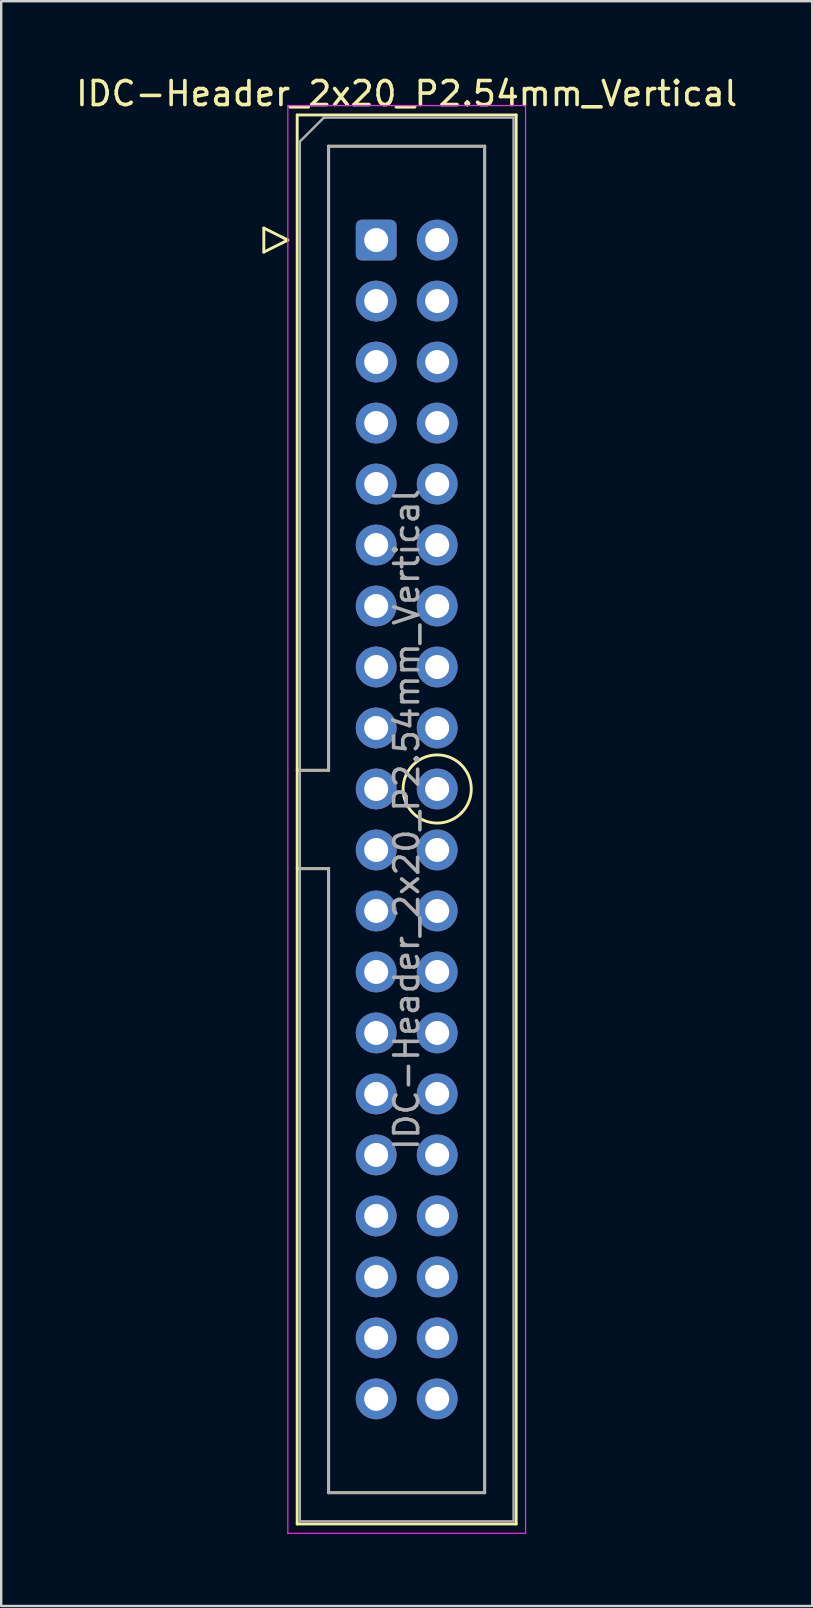
<source format=kicad_pcb>
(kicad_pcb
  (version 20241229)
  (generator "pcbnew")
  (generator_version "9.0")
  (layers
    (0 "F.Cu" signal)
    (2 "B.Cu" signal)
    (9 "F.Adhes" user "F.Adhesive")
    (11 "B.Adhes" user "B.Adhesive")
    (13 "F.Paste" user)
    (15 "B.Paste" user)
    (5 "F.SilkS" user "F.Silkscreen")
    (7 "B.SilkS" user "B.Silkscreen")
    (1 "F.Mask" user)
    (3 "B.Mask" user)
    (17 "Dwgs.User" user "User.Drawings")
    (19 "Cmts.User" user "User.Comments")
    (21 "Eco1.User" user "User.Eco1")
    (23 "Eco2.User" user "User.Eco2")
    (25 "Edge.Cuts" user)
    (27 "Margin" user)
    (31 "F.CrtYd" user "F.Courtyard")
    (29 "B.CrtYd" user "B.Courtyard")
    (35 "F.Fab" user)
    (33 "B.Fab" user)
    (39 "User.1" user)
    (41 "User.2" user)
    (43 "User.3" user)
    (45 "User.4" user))
  (footprint "IDC-Header_2x20_P2.54mm_Vertical"
    (layer "F.Cu")
    (at 12.617 6.948)
    (property "Reference" "IDC-Header_2x20_P2.54mm_Vertical" (at 1.27 -6.1 0) (layer "F.SilkS") (effects (font (size 1 1) (thickness 0.15))))
    (attr through_hole)
    (fp_line (start -4.68 -0.5) (end -4.68 0.5) (stroke (width 0.12) (type solid)) (layer "F.SilkS"))
    (fp_line (start -4.68 0.5) (end -3.68 0) (stroke (width 0.12) (type solid)) (layer "F.SilkS"))
    (fp_line (start -3.68 0) (end -4.68 -0.5) (stroke (width 0.12) (type solid)) (layer "F.SilkS"))
    (fp_line (start -3.29 -5.21) (end 5.83 -5.21) (stroke (width 0.12) (type solid)) (layer "F.SilkS"))
    (fp_line (start -3.29 22.08) (end -1.98 22.08) (stroke (width 0.12) (type solid)) (layer "F.SilkS"))
    (fp_line (start -3.29 53.47) (end -3.29 -5.21) (stroke (width 0.12) (type solid)) (layer "F.SilkS"))
    (fp_line (start -1.98 -3.91) (end 4.52 -3.91) (stroke (width 0.12) (type solid)) (layer "F.SilkS"))
    (fp_line (start -1.98 22.08) (end -1.98 -3.91) (stroke (width 0.12) (type solid)) (layer "F.SilkS"))
    (fp_line (start -1.98 26.18) (end -3.29 26.18) (stroke (width 0.12) (type solid)) (layer "F.SilkS"))
    (fp_line (start -1.98 26.18) (end -1.98 26.18) (stroke (width 0.12) (type solid)) (layer "F.SilkS"))
    (fp_line (start -1.98 52.17) (end -1.98 26.18) (stroke (width 0.12) (type solid)) (layer "F.SilkS"))
    (fp_line (start 4.52 -3.91) (end 4.52 52.17) (stroke (width 0.12) (type solid)) (layer "F.SilkS"))
    (fp_line (start 4.52 52.17) (end -1.98 52.17) (stroke (width 0.12) (type solid)) (layer "F.SilkS"))
    (fp_line (start 5.83 -5.21) (end 5.83 53.47) (stroke (width 0.12) (type solid)) (layer "F.SilkS"))
    (fp_line (start 5.83 53.47) (end -3.29 53.47) (stroke (width 0.12) (type solid)) (layer "F.SilkS"))
    (fp_circle (center 2.54 22.86) (end 3.81 22.225) (stroke (width 0.12) (type solid)) (fill no) (layer "F.SilkS"))
    (fp_line (start -3.68 -5.6) (end -3.68 53.86) (stroke (width 0.05) (type solid)) (layer "F.CrtYd"))
    (fp_line (start -3.68 53.86) (end 6.22 53.86) (stroke (width 0.05) (type solid)) (layer "F.CrtYd"))
    (fp_line (start 6.22 -5.6) (end -3.68 -5.6) (stroke (width 0.05) (type solid)) (layer "F.CrtYd"))
    (fp_line (start 6.22 53.86) (end 6.22 -5.6) (stroke (width 0.05) (type solid)) (layer "F.CrtYd"))
    (fp_line (start -3.18 -4.1) (end -2.18 -5.1) (stroke (width 0.1) (type solid)) (layer "F.Fab"))
    (fp_line (start -3.18 22.08) (end -1.98 22.08) (stroke (width 0.1) (type solid)) (layer "F.Fab"))
    (fp_line (start -3.18 53.36) (end -3.18 -4.1) (stroke (width 0.1) (type solid)) (layer "F.Fab"))
    (fp_line (start -2.18 -5.1) (end 5.72 -5.1) (stroke (width 0.1) (type solid)) (layer "F.Fab"))
    (fp_line (start -1.98 -3.91) (end 4.52 -3.91) (stroke (width 0.1) (type solid)) (layer "F.Fab"))
    (fp_line (start -1.98 22.08) (end -1.98 -3.91) (stroke (width 0.1) (type solid)) (layer "F.Fab"))
    (fp_line (start -1.98 26.18) (end -3.18 26.18) (stroke (width 0.1) (type solid)) (layer "F.Fab"))
    (fp_line (start -1.98 26.18) (end -1.98 26.18) (stroke (width 0.1) (type solid)) (layer "F.Fab"))
    (fp_line (start -1.98 52.17) (end -1.98 26.18) (stroke (width 0.1) (type solid)) (layer "F.Fab"))
    (fp_line (start 4.52 -3.91) (end 4.52 52.17) (stroke (width 0.1) (type solid)) (layer "F.Fab"))
    (fp_line (start 4.52 52.17) (end -1.98 52.17) (stroke (width 0.1) (type solid)) (layer "F.Fab"))
    (fp_line (start 5.72 -5.1) (end 5.72 53.36) (stroke (width 0.1) (type solid)) (layer "F.Fab"))
    (fp_line (start 5.72 53.36) (end -3.18 53.36) (stroke (width 0.1) (type solid)) (layer "F.Fab"))
    (fp_text user "${REFERENCE}" (at 1.27 24.13 90) (layer "F.Fab") (effects (font (size 1 1) (thickness 0.15))))
    (pad "1" thru_hole roundrect (at 0 0) (size 1.7 1.7) (drill 1) (layers "*.Cu" "*.Mask") (roundrect_rratio 0.147))
    (pad "2" thru_hole circle (at 2.54 0) (size 1.7 1.7) (drill 1) (layers "*.Cu" "*.Mask"))
    (pad "3" thru_hole circle (at 0 2.54) (size 1.7 1.7) (drill 1) (layers "*.Cu" "*.Mask"))
    (pad "4" thru_hole circle (at 2.54 2.54) (size 1.7 1.7) (drill 1) (layers "*.Cu" "*.Mask"))
    (pad "5" thru_hole circle (at 0 5.08) (size 1.7 1.7) (drill 1) (layers "*.Cu" "*.Mask"))
    (pad "6" thru_hole circle (at 2.54 5.08) (size 1.7 1.7) (drill 1) (layers "*.Cu" "*.Mask"))
    (pad "7" thru_hole circle (at 0 7.62) (size 1.7 1.7) (drill 1) (layers "*.Cu" "*.Mask"))
    (pad "8" thru_hole circle (at 2.54 7.62) (size 1.7 1.7) (drill 1) (layers "*.Cu" "*.Mask"))
    (pad "9" thru_hole circle (at 0 10.16) (size 1.7 1.7) (drill 1) (layers "*.Cu" "*.Mask"))
    (pad "10" thru_hole circle (at 2.54 10.16) (size 1.7 1.7) (drill 1) (layers "*.Cu" "*.Mask"))
    (pad "11" thru_hole circle (at 0 12.7) (size 1.7 1.7) (drill 1) (layers "*.Cu" "*.Mask"))
    (pad "12" thru_hole circle (at 2.54 12.7) (size 1.7 1.7) (drill 1) (layers "*.Cu" "*.Mask"))
    (pad "13" thru_hole circle (at 0 15.24) (size 1.7 1.7) (drill 1) (layers "*.Cu" "*.Mask"))
    (pad "14" thru_hole circle (at 2.54 15.24) (size 1.7 1.7) (drill 1) (layers "*.Cu" "*.Mask"))
    (pad "15" thru_hole circle (at 0 17.78) (size 1.7 1.7) (drill 1) (layers "*.Cu" "*.Mask"))
    (pad "16" thru_hole circle (at 2.54 17.78) (size 1.7 1.7) (drill 1) (layers "*.Cu" "*.Mask"))
    (pad "17" thru_hole circle (at 0 20.32) (size 1.7 1.7) (drill 1) (layers "*.Cu" "*.Mask"))
    (pad "18" thru_hole circle (at 2.54 20.32) (size 1.7 1.7) (drill 1) (layers "*.Cu" "*.Mask"))
    (pad "19" thru_hole circle (at 0 22.86) (size 1.7 1.7) (drill 1) (layers "*.Cu" "*.Mask"))
    (pad "20" thru_hole circle (at 2.54 22.86) (size 1.7 1.7) (drill 1) (layers "*.Cu" "*.Mask"))
    (pad "21" thru_hole circle (at 0 25.4) (size 1.7 1.7) (drill 1) (layers "*.Cu" "*.Mask"))
    (pad "22" thru_hole circle (at 2.54 25.4) (size 1.7 1.7) (drill 1) (layers "*.Cu" "*.Mask"))
    (pad "23" thru_hole circle (at 0 27.94) (size 1.7 1.7) (drill 1) (layers "*.Cu" "*.Mask"))
    (pad "24" thru_hole circle (at 2.54 27.94) (size 1.7 1.7) (drill 1) (layers "*.Cu" "*.Mask"))
    (pad "25" thru_hole circle (at 0 30.48) (size 1.7 1.7) (drill 1) (layers "*.Cu" "*.Mask"))
    (pad "26" thru_hole circle (at 2.54 30.48) (size 1.7 1.7) (drill 1) (layers "*.Cu" "*.Mask"))
    (pad "27" thru_hole circle (at 0 33.02) (size 1.7 1.7) (drill 1) (layers "*.Cu" "*.Mask"))
    (pad "28" thru_hole circle (at 2.54 33.02) (size 1.7 1.7) (drill 1) (layers "*.Cu" "*.Mask"))
    (pad "29" thru_hole circle (at 0 35.56) (size 1.7 1.7) (drill 1) (layers "*.Cu" "*.Mask"))
    (pad "30" thru_hole circle (at 2.54 35.56) (size 1.7 1.7) (drill 1) (layers "*.Cu" "*.Mask"))
    (pad "31" thru_hole circle (at 0 38.1) (size 1.7 1.7) (drill 1) (layers "*.Cu" "*.Mask"))
    (pad "32" thru_hole circle (at 2.54 38.1) (size 1.7 1.7) (drill 1) (layers "*.Cu" "*.Mask"))
    (pad "33" thru_hole circle (at 0 40.64) (size 1.7 1.7) (drill 1) (layers "*.Cu" "*.Mask"))
    (pad "34" thru_hole circle (at 2.54 40.64) (size 1.7 1.7) (drill 1) (layers "*.Cu" "*.Mask"))
    (pad "35" thru_hole circle (at 0 43.18) (size 1.7 1.7) (drill 1) (layers "*.Cu" "*.Mask"))
    (pad "36" thru_hole circle (at 2.54 43.18) (size 1.7 1.7) (drill 1) (layers "*.Cu" "*.Mask"))
    (pad "37" thru_hole circle (at 0 45.72) (size 1.7 1.7) (drill 1) (layers "*.Cu" "*.Mask"))
    (pad "38" thru_hole circle (at 2.54 45.72) (size 1.7 1.7) (drill 1) (layers "*.Cu" "*.Mask"))
    (pad "39" thru_hole circle (at 0 48.26) (size 1.7 1.7) (drill 1) (layers "*.Cu" "*.Mask"))
    (pad "40" thru_hole circle (at 2.54 48.26) (size 1.7 1.7) (drill 1) (layers "*.Cu" "*.Mask")))
  (gr_rect
    (start -3 -3)
    (end 30.774 63.833)
    (stroke (width 0.1) (type default))
    (fill no)
    (layer "Edge.Cuts")))
</source>
